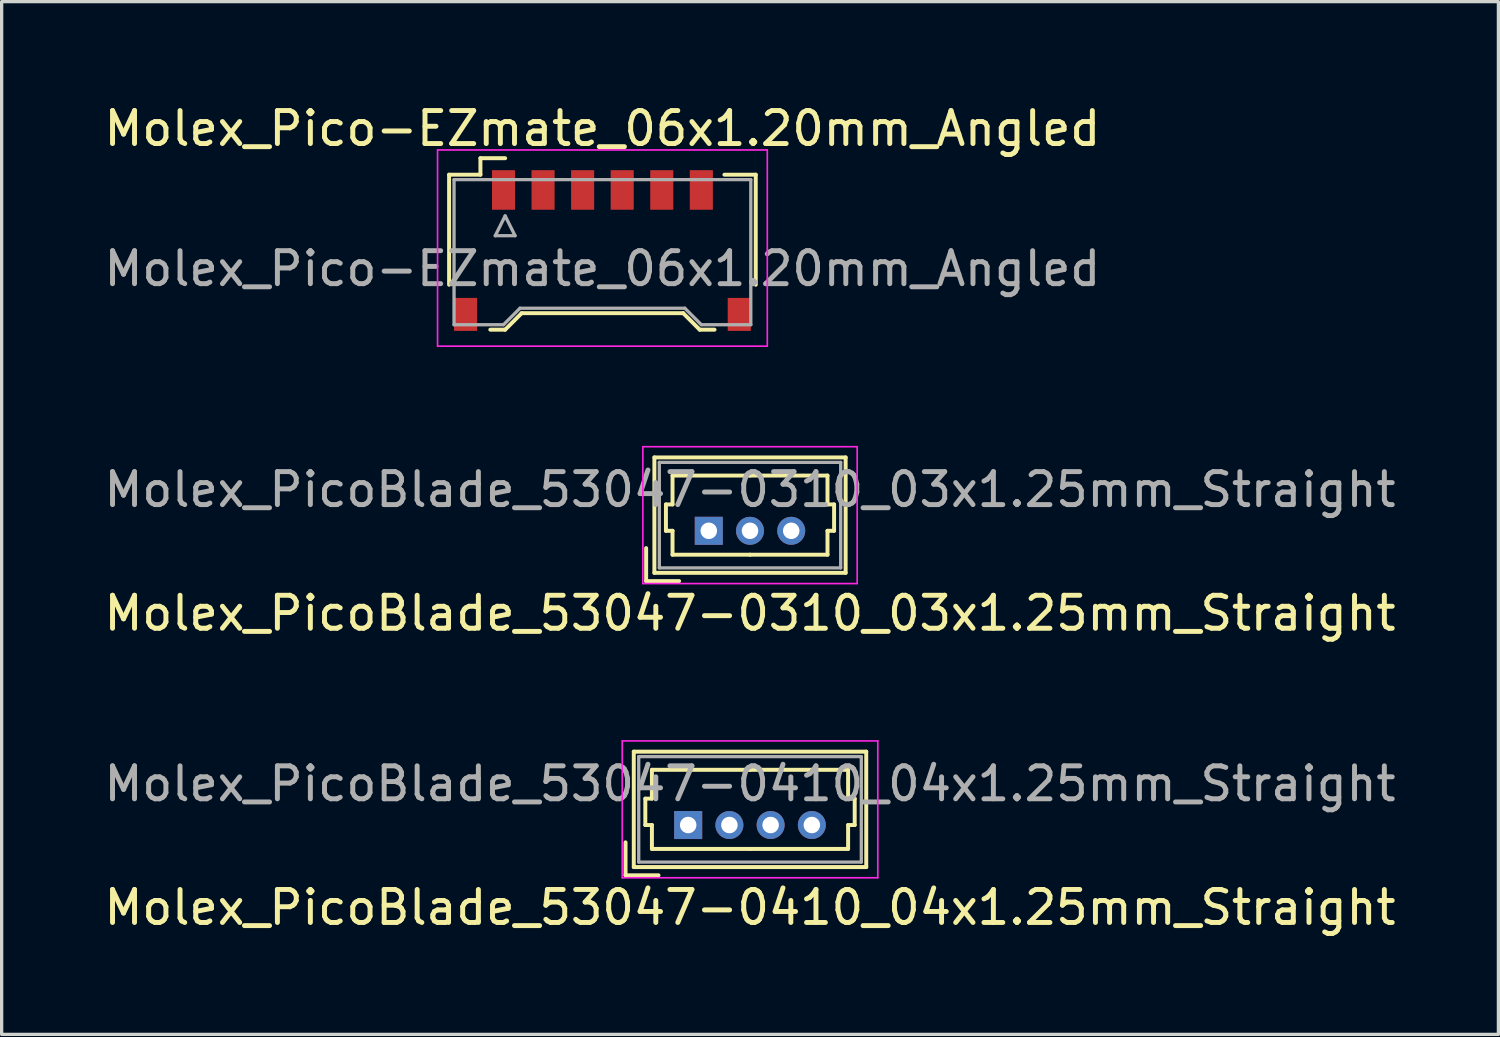
<source format=kicad_pcb>
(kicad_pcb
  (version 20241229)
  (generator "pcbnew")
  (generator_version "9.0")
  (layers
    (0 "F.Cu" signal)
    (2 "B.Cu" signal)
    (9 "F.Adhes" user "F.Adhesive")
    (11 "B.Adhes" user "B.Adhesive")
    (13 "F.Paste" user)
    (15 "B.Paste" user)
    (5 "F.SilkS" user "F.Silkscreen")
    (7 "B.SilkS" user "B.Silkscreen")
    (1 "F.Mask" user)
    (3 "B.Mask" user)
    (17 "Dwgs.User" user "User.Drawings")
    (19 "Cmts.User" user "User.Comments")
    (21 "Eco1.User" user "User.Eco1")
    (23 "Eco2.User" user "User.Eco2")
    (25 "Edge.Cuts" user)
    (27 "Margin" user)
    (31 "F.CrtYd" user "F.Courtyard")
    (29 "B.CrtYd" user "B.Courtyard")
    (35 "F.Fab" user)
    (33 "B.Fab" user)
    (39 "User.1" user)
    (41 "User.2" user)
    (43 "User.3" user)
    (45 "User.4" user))
  (footprint "Molex_PicoBlade_53047-0310_03x1.25mm_Straight"
    (layer "F.Cu")
    (at 18.446 13.048)
    (property "Reference" "Molex_PicoBlade_53047-0310_03x1.25mm_Straight" (at 1.25 2.5 0) (layer "F.SilkS") (effects (font (size 1 1) (thickness 0.15))))
    (attr through_hole)
    (fp_line (start -1.9 1.525) (end -1.9 0.525) (stroke (width 0.12) (type solid)) (layer "F.SilkS"))
    (fp_line (start -1.9 1.525) (end -0.9 1.525) (stroke (width 0.12) (type solid)) (layer "F.SilkS"))
    (fp_line (start -1.65 -2.225) (end -1.65 1.275) (stroke (width 0.12) (type solid)) (layer "F.SilkS"))
    (fp_line (start -1.65 1.275) (end 4.15 1.275) (stroke (width 0.12) (type solid)) (layer "F.SilkS"))
    (fp_line (start -1.3 -0.8) (end -1.1 -0.8) (stroke (width 0.12) (type solid)) (layer "F.SilkS"))
    (fp_line (start -1.3 0) (end -1.3 -0.8) (stroke (width 0.12) (type solid)) (layer "F.SilkS"))
    (fp_line (start -1.1 -1.675) (end 1.25 -1.675) (stroke (width 0.12) (type solid)) (layer "F.SilkS"))
    (fp_line (start -1.1 -0.8) (end -1.1 -1.675) (stroke (width 0.12) (type solid)) (layer "F.SilkS"))
    (fp_line (start -1.1 0) (end -1.3 0) (stroke (width 0.12) (type solid)) (layer "F.SilkS"))
    (fp_line (start -1.1 0.725) (end -1.1 0) (stroke (width 0.12) (type solid)) (layer "F.SilkS"))
    (fp_line (start 1.25 0.725) (end -1.1 0.725) (stroke (width 0.12) (type solid)) (layer "F.SilkS"))
    (fp_line (start 1.25 0.725) (end 3.6 0.725) (stroke (width 0.12) (type solid)) (layer "F.SilkS"))
    (fp_line (start 3.6 -1.675) (end 1.25 -1.675) (stroke (width 0.12) (type solid)) (layer "F.SilkS"))
    (fp_line (start 3.6 -0.8) (end 3.6 -1.675) (stroke (width 0.12) (type solid)) (layer "F.SilkS"))
    (fp_line (start 3.6 0) (end 3.8 0) (stroke (width 0.12) (type solid)) (layer "F.SilkS"))
    (fp_line (start 3.6 0.725) (end 3.6 0) (stroke (width 0.12) (type solid)) (layer "F.SilkS"))
    (fp_line (start 3.8 -0.8) (end 3.6 -0.8) (stroke (width 0.12) (type solid)) (layer "F.SilkS"))
    (fp_line (start 3.8 0) (end 3.8 -0.8) (stroke (width 0.12) (type solid)) (layer "F.SilkS"))
    (fp_line (start 4.15 -2.225) (end -1.65 -2.225) (stroke (width 0.12) (type solid)) (layer "F.SilkS"))
    (fp_line (start 4.15 1.275) (end 4.15 -2.225) (stroke (width 0.12) (type solid)) (layer "F.SilkS"))
    (fp_line (start -2 -2.55) (end -2 1.6) (stroke (width 0.05) (type solid)) (layer "F.CrtYd"))
    (fp_line (start -2 1.6) (end 4.5 1.6) (stroke (width 0.05) (type solid)) (layer "F.CrtYd"))
    (fp_line (start 4.5 -2.55) (end -2 -2.55) (stroke (width 0.05) (type solid)) (layer "F.CrtYd"))
    (fp_line (start 4.5 1.6) (end 4.5 -2.55) (stroke (width 0.05) (type solid)) (layer "F.CrtYd"))
    (fp_line (start -1.5 -2.075) (end -1.5 1.125) (stroke (width 0.1) (type solid)) (layer "F.Fab"))
    (fp_line (start -1.5 1.125) (end 4 1.125) (stroke (width 0.1) (type solid)) (layer "F.Fab"))
    (fp_line (start 4 -2.075) (end -1.5 -2.075) (stroke (width 0.1) (type solid)) (layer "F.Fab"))
    (fp_line (start 4 1.125) (end 4 -2.075) (stroke (width 0.1) (type solid)) (layer "F.Fab"))
    (fp_text user "${REFERENCE}" (at 1.25 -1.25 0) (layer "F.Fab") (effects (font (size 1 1) (thickness 0.15))))
    (pad "1" thru_hole rect (at 0 0) (size 0.85 0.85) (drill 0.5) (layers "*.Cu" "*.Mask"))
    (pad "2" thru_hole circle (at 1.25 0) (size 0.85 0.85) (drill 0.5) (layers "*.Cu" "*.Mask"))
    (pad "3" thru_hole circle (at 2.5 0) (size 0.85 0.85) (drill 0.5) (layers "*.Cu" "*.Mask")))
  (footprint "Molex_Pico-EZmate_06x1.20mm_Angled"
    (layer "F.Cu")
    (at 15.22 4.598)
    (property "Reference" "Molex_Pico-EZmate_06x1.20mm_Angled" (at 0 -3.75 0) (layer "F.SilkS") (effects (font (size 1 1) (thickness 0.15))))
    (attr smd)
    (fp_line (start -4.65 -2.35) (end -4.65 0.988) (stroke (width 0.12) (type solid)) (layer "F.SilkS"))
    (fp_line (start -3.7 -2.85) (end -2.95 -2.85) (stroke (width 0.12) (type solid)) (layer "F.SilkS"))
    (fp_line (start -3.7 -2.35) (end -4.65 -2.35) (stroke (width 0.12) (type solid)) (layer "F.SilkS"))
    (fp_line (start -3.7 -2.35) (end -3.7 -2.85) (stroke (width 0.12) (type solid)) (layer "F.SilkS"))
    (fp_line (start -3.4 2.35) (end -2.95 2.35) (stroke (width 0.12) (type solid)) (layer "F.SilkS"))
    (fp_line (start -2.95 2.35) (end -2.45 1.85) (stroke (width 0.12) (type solid)) (layer "F.SilkS"))
    (fp_line (start -2.45 1.85) (end 2.45 1.85) (stroke (width 0.12) (type solid)) (layer "F.SilkS"))
    (fp_line (start 2.45 1.85) (end 2.95 2.35) (stroke (width 0.12) (type solid)) (layer "F.SilkS"))
    (fp_line (start 2.95 2.35) (end 3.4 2.35) (stroke (width 0.12) (type solid)) (layer "F.SilkS"))
    (fp_line (start 3.7 -2.35) (end 4.65 -2.35) (stroke (width 0.12) (type solid)) (layer "F.SilkS"))
    (fp_line (start 4.65 -2.35) (end 4.65 0.988) (stroke (width 0.12) (type solid)) (layer "F.SilkS"))
    (fp_line (start -5 -3.1) (end -5 2.85) (stroke (width 0.05) (type solid)) (layer "F.CrtYd"))
    (fp_line (start -5 2.85) (end 5 2.85) (stroke (width 0.05) (type solid)) (layer "F.CrtYd"))
    (fp_line (start 5 -3.1) (end -5 -3.1) (stroke (width 0.05) (type solid)) (layer "F.CrtYd"))
    (fp_line (start 5 2.85) (end 5 -3.1) (stroke (width 0.05) (type solid)) (layer "F.CrtYd"))
    (fp_line (start -4.5 -2.2) (end -4.5 2.2) (stroke (width 0.1) (type solid)) (layer "F.Fab"))
    (fp_line (start -4.5 2.2) (end -3 2.2) (stroke (width 0.1) (type solid)) (layer "F.Fab"))
    (fp_line (start -3.25 -0.5) (end -2.65 -0.5) (stroke (width 0.1) (type solid)) (layer "F.Fab"))
    (fp_line (start -3 2.2) (end -2.5 1.7) (stroke (width 0.1) (type solid)) (layer "F.Fab"))
    (fp_line (start -2.95 -1.1) (end -3.25 -0.5) (stroke (width 0.1) (type solid)) (layer "F.Fab"))
    (fp_line (start -2.65 -0.5) (end -2.95 -1.1) (stroke (width 0.1) (type solid)) (layer "F.Fab"))
    (fp_line (start -2.5 1.7) (end 2.5 1.7) (stroke (width 0.1) (type solid)) (layer "F.Fab"))
    (fp_line (start 2.5 1.7) (end 3 2.2) (stroke (width 0.1) (type solid)) (layer "F.Fab"))
    (fp_line (start 3 2.2) (end 4.5 2.2) (stroke (width 0.1) (type solid)) (layer "F.Fab"))
    (fp_line (start 4.5 -2.2) (end -4.5 -2.2) (stroke (width 0.1) (type solid)) (layer "F.Fab"))
    (fp_line (start 4.5 2.2) (end 4.5 -2.2) (stroke (width 0.1) (type solid)) (layer "F.Fab"))
    (fp_text user "${REFERENCE}" (at 0 0.5 0) (layer "F.Fab") (effects (font (size 1 1) (thickness 0.15))))
    (pad "" smd rect (at -4.15 1.887) (size 0.7 1) (layers "F.Cu" "F.Mask" "F.Paste"))
    (pad "" smd rect (at 4.15 1.887) (size 0.7 1) (layers "F.Cu" "F.Mask" "F.Paste"))
    (pad "1" smd rect (at -3 -1.887) (size 0.7 1.2) (layers "F.Cu" "F.Mask" "F.Paste"))
    (pad "2" smd rect (at -1.8 -1.887) (size 0.7 1.2) (layers "F.Cu" "F.Mask" "F.Paste"))
    (pad "3" smd rect (at -0.6 -1.887) (size 0.7 1.2) (layers "F.Cu" "F.Mask" "F.Paste"))
    (pad "4" smd rect (at 0.6 -1.887) (size 0.7 1.2) (layers "F.Cu" "F.Mask" "F.Paste"))
    (pad "5" smd rect (at 1.8 -1.887) (size 0.7 1.2) (layers "F.Cu" "F.Mask" "F.Paste"))
    (pad "6" smd rect (at 3 -1.887) (size 0.7 1.2) (layers "F.Cu" "F.Mask" "F.Paste")))
  (footprint "Molex_PicoBlade_53047-0410_04x1.25mm_Straight"
    (layer "F.Cu")
    (at 17.821 21.971)
    (property "Reference" "Molex_PicoBlade_53047-0410_04x1.25mm_Straight" (at 1.875 2.5 0) (layer "F.SilkS") (effects (font (size 1 1) (thickness 0.15))))
    (attr through_hole)
    (fp_line (start -1.9 1.525) (end -1.9 0.525) (stroke (width 0.12) (type solid)) (layer "F.SilkS"))
    (fp_line (start -1.9 1.525) (end -0.9 1.525) (stroke (width 0.12) (type solid)) (layer "F.SilkS"))
    (fp_line (start -1.65 -2.225) (end -1.65 1.275) (stroke (width 0.12) (type solid)) (layer "F.SilkS"))
    (fp_line (start -1.65 1.275) (end 5.4 1.275) (stroke (width 0.12) (type solid)) (layer "F.SilkS"))
    (fp_line (start -1.3 -0.8) (end -1.1 -0.8) (stroke (width 0.12) (type solid)) (layer "F.SilkS"))
    (fp_line (start -1.3 0) (end -1.3 -0.8) (stroke (width 0.12) (type solid)) (layer "F.SilkS"))
    (fp_line (start -1.1 -1.675) (end 1.875 -1.675) (stroke (width 0.12) (type solid)) (layer "F.SilkS"))
    (fp_line (start -1.1 -0.8) (end -1.1 -1.675) (stroke (width 0.12) (type solid)) (layer "F.SilkS"))
    (fp_line (start -1.1 0) (end -1.3 0) (stroke (width 0.12) (type solid)) (layer "F.SilkS"))
    (fp_line (start -1.1 0.725) (end -1.1 0) (stroke (width 0.12) (type solid)) (layer "F.SilkS"))
    (fp_line (start 1.875 0.725) (end -1.1 0.725) (stroke (width 0.12) (type solid)) (layer "F.SilkS"))
    (fp_line (start 1.875 0.725) (end 4.85 0.725) (stroke (width 0.12) (type solid)) (layer "F.SilkS"))
    (fp_line (start 4.85 -1.675) (end 1.875 -1.675) (stroke (width 0.12) (type solid)) (layer "F.SilkS"))
    (fp_line (start 4.85 -0.8) (end 4.85 -1.675) (stroke (width 0.12) (type solid)) (layer "F.SilkS"))
    (fp_line (start 4.85 0) (end 5.05 0) (stroke (width 0.12) (type solid)) (layer "F.SilkS"))
    (fp_line (start 4.85 0.725) (end 4.85 0) (stroke (width 0.12) (type solid)) (layer "F.SilkS"))
    (fp_line (start 5.05 -0.8) (end 4.85 -0.8) (stroke (width 0.12) (type solid)) (layer "F.SilkS"))
    (fp_line (start 5.05 0) (end 5.05 -0.8) (stroke (width 0.12) (type solid)) (layer "F.SilkS"))
    (fp_line (start 5.4 -2.225) (end -1.65 -2.225) (stroke (width 0.12) (type solid)) (layer "F.SilkS"))
    (fp_line (start 5.4 1.275) (end 5.4 -2.225) (stroke (width 0.12) (type solid)) (layer "F.SilkS"))
    (fp_line (start -2 -2.55) (end -2 1.6) (stroke (width 0.05) (type solid)) (layer "F.CrtYd"))
    (fp_line (start -2 1.6) (end 5.75 1.6) (stroke (width 0.05) (type solid)) (layer "F.CrtYd"))
    (fp_line (start 5.75 -2.55) (end -2 -2.55) (stroke (width 0.05) (type solid)) (layer "F.CrtYd"))
    (fp_line (start 5.75 1.6) (end 5.75 -2.55) (stroke (width 0.05) (type solid)) (layer "F.CrtYd"))
    (fp_line (start -1.5 -2.075) (end -1.5 1.125) (stroke (width 0.1) (type solid)) (layer "F.Fab"))
    (fp_line (start -1.5 1.125) (end 5.25 1.125) (stroke (width 0.1) (type solid)) (layer "F.Fab"))
    (fp_line (start 5.25 -2.075) (end -1.5 -2.075) (stroke (width 0.1) (type solid)) (layer "F.Fab"))
    (fp_line (start 5.25 1.125) (end 5.25 -2.075) (stroke (width 0.1) (type solid)) (layer "F.Fab"))
    (fp_text user "${REFERENCE}" (at 1.875 -1.25 0) (layer "F.Fab") (effects (font (size 1 1) (thickness 0.15))))
    (pad "1" thru_hole rect (at 0 0) (size 0.85 0.85) (drill 0.5) (layers "*.Cu" "*.Mask"))
    (pad "2" thru_hole circle (at 1.25 0) (size 0.85 0.85) (drill 0.5) (layers "*.Cu" "*.Mask"))
    (pad "3" thru_hole circle (at 2.5 0) (size 0.85 0.85) (drill 0.5) (layers "*.Cu" "*.Mask"))
    (pad "4" thru_hole circle (at 3.75 0) (size 0.85 0.85) (drill 0.5) (layers "*.Cu" "*.Mask")))
  (gr_rect
    (start -3 -3)
    (end 42.393 28.32)
    (stroke (width 0.1) (type default))
    (fill no)
    (layer "Edge.Cuts")))
</source>
